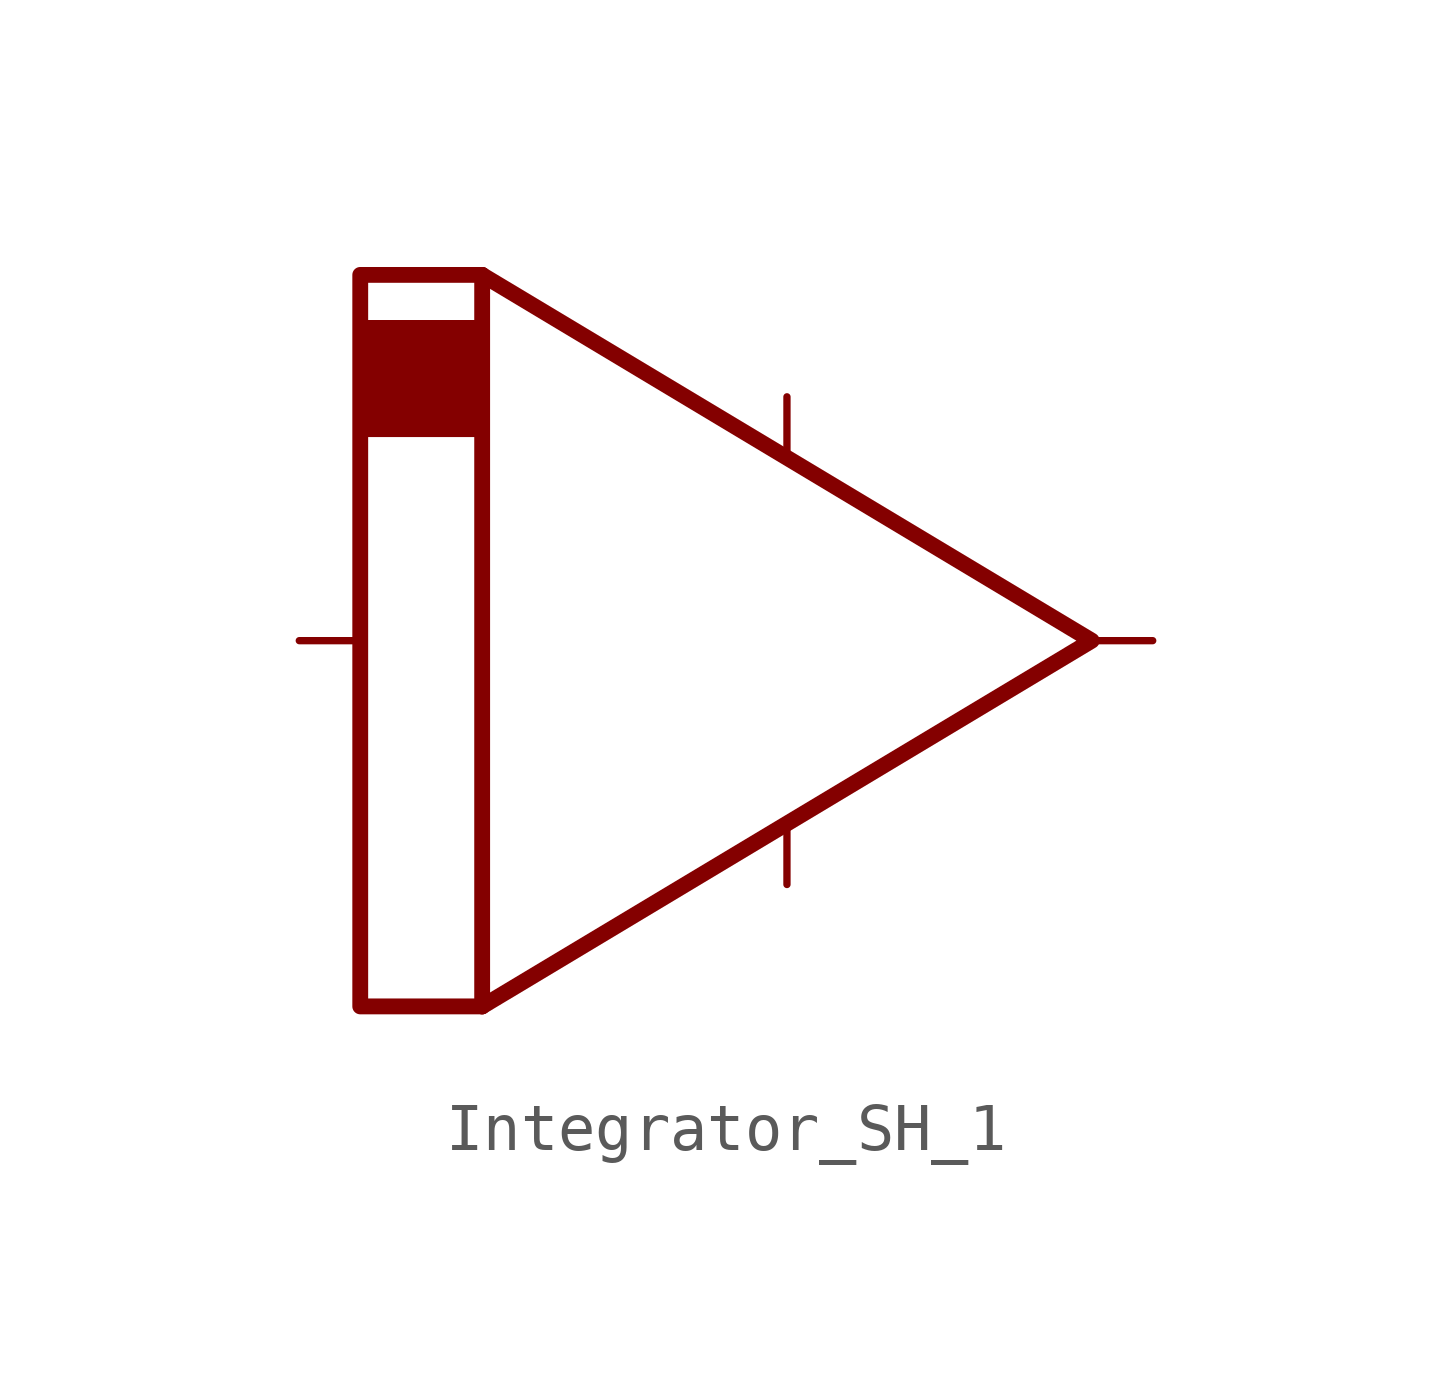
<source format=kicad_sym>
(kicad_symbol_lib
  (version 20211014)
  (generator kicad_symbol_editor)
  (symbol "Integrator_SH_1"
    (property "Reference" "U"
      (at 9.398 12.192 0)
      (effects (font (size 1.27 1.27)) hide))
    (symbol "Integrator_SH_1_0_0"
      (rectangle (start -8.89 6.604) (end -6.35 4.318) (stroke (width 0) (type default) (color 0 0 0 0)) (fill (type outline)))
      (polyline (pts (xy -6.35 7.62) (xy -8.89 7.62) (xy -8.89 -7.62) (xy -6.35 -7.62)) (stroke (width 0.33) (type default) (color 0 0 0 0)) (fill (type none))))
    (symbol "Integrator_SH_1_0_1"
      (polyline (pts (xy -6.35 -7.62) (xy -6.35 7.62)) (stroke (width 0.33) (type default) (color 0 0 0 0)) (fill (type none)))
      (polyline (pts (xy -6.35 7.62) (xy 6.35 0) (xy -6.35 -7.62)) (stroke (width 0.33) (type default) (color 0 0 0 0)) (fill (type none))))
    (symbol "Integrator_SH_1_1_1"
      (pin input line (at -10.16 0 0) (length 1.27) (name "" (effects (font (size 1.27 1.27)))) (number "" (effects (font (size 1.27 1.27)))))
      (pin input line (at 0 -5.08 90) (length 1.27) (name "" (effects (font (size 1.27 1.27)))) (number "" (effects (font (size 1.27 1.27)))))
      (pin input line (at 0 5.08 270) (length 1.27) (name "" (effects (font (size 1.27 1.27)))) (number "" (effects (font (size 1.27 1.27)))))
      (pin output line (at 7.62 0 180) (length 1.27) (name "" (effects (font (size 1.27 1.27)))) (number "" (effects (font (size 1.27 1.27))))))))
</source>
